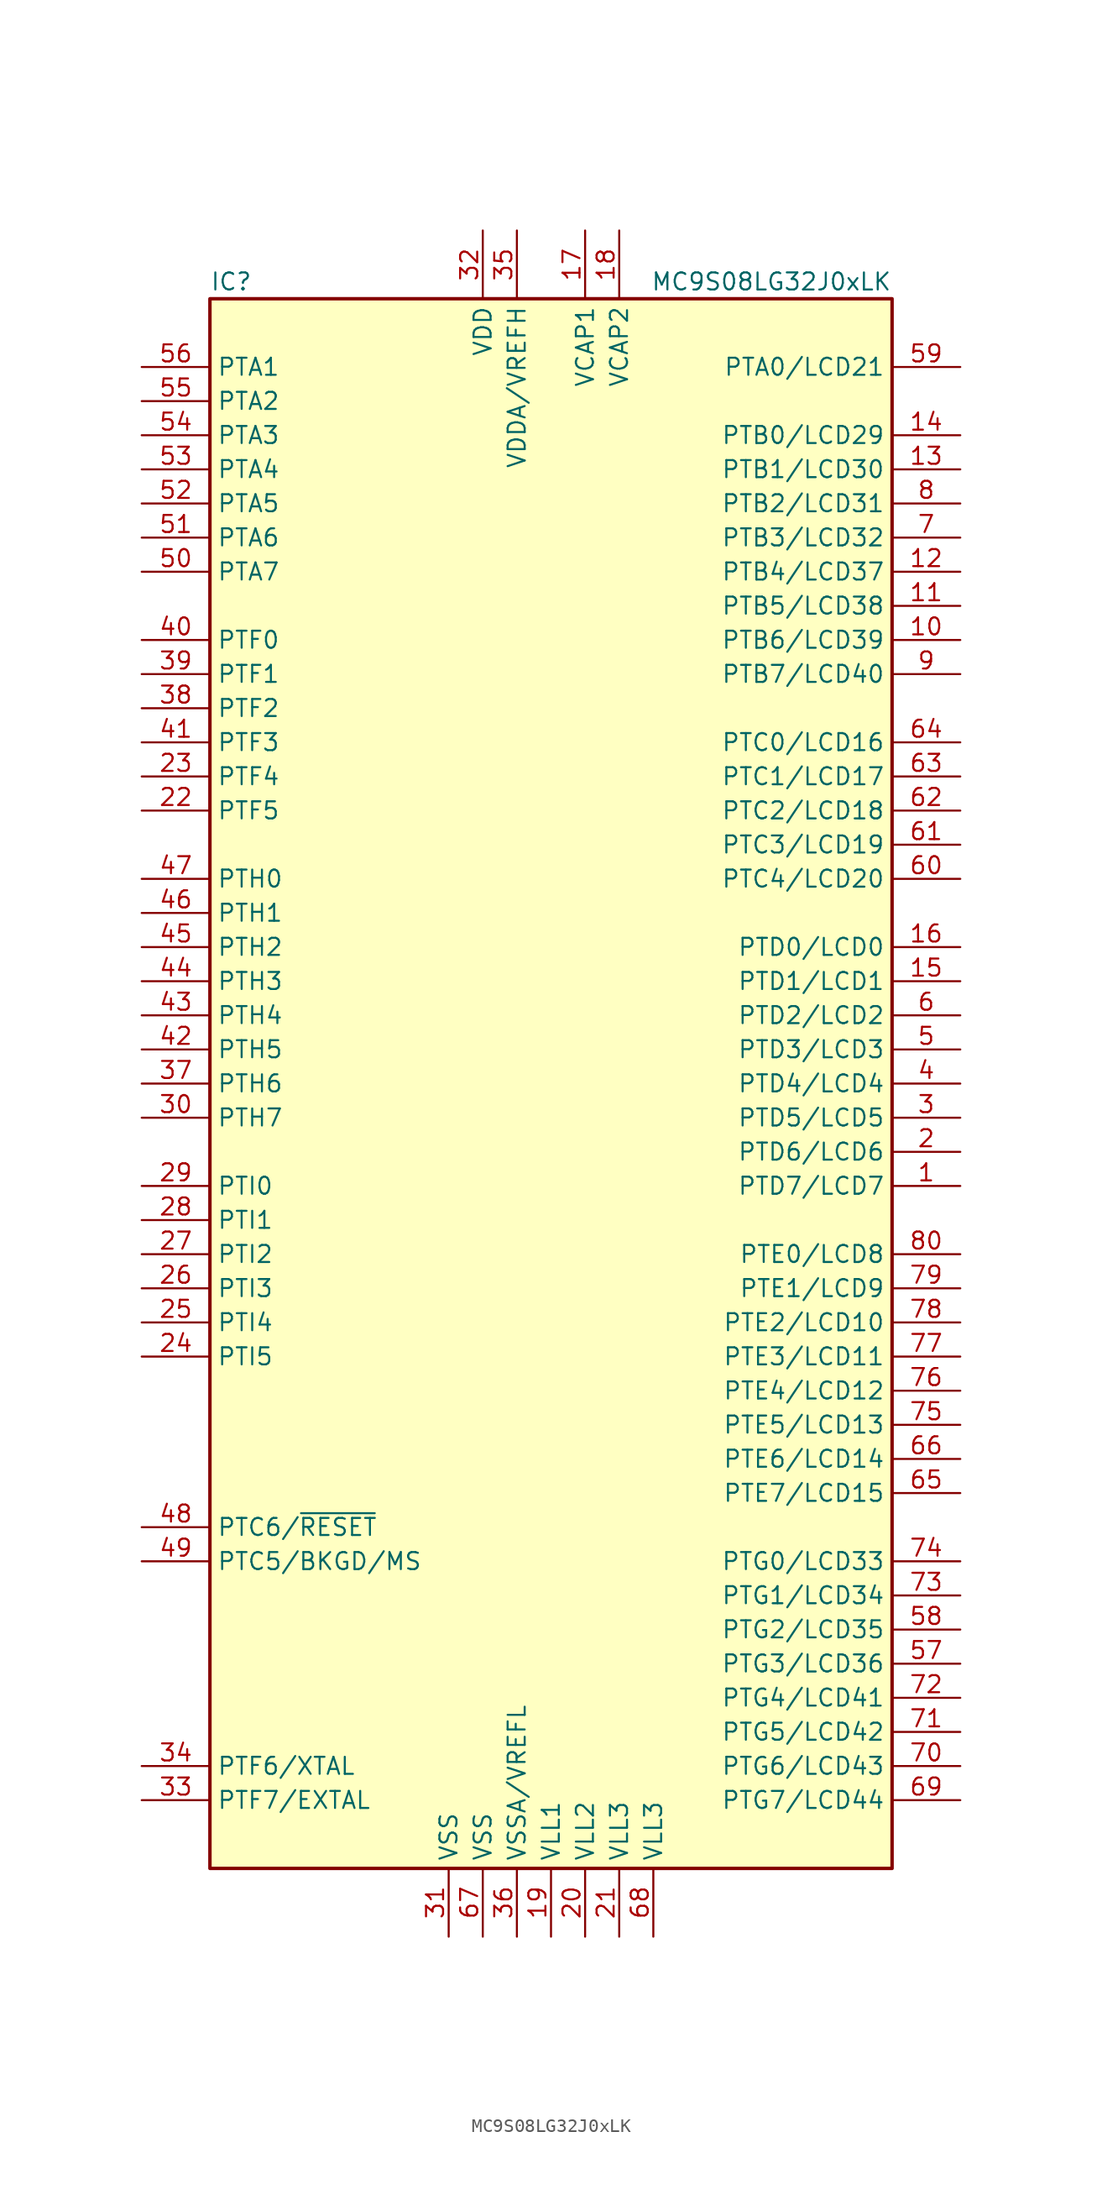
<source format=kicad_sym>
(kicad_symbol_lib
  (version 20211014)
  (generator kicad_symbol_editor)
  (symbol "MC9S08LG32J0xLK"
    (property "Reference" "IC"
      (at -25.4 59.69 0)
      (effects (font (size 1.27 1.27)) (justify left)))
    (property "Value" "MC9S08LG32J0xLK"
      (at 25.4 59.69 0)
      (effects (font (size 1.27 1.27)) (justify right)))
    (symbol "MC9S08LG32J0xLK_0_1"
      (rectangle (start -25.4 58.42) (end 25.4 -58.42) (stroke (width 0.254) (type default) (color 0 0 0 0)) (fill (type background))))
    (symbol "MC9S08LG32J0xLK_1_1"
      (pin bidirectional line (at 30.48 -7.62 180) (length 5.08) (name "PTD7/LCD7" (effects (font (size 1.27 1.27)))) (number "1" (effects (font (size 1.27 1.27)))))
      (pin bidirectional line (at 30.48 33.02 180) (length 5.08) (name "PTB6/LCD39" (effects (font (size 1.27 1.27)))) (number "10" (effects (font (size 1.27 1.27)))))
      (pin bidirectional line (at 30.48 35.56 180) (length 5.08) (name "PTB5/LCD38" (effects (font (size 1.27 1.27)))) (number "11" (effects (font (size 1.27 1.27)))))
      (pin bidirectional line (at 30.48 38.1 180) (length 5.08) (name "PTB4/LCD37" (effects (font (size 1.27 1.27)))) (number "12" (effects (font (size 1.27 1.27)))))
      (pin bidirectional line (at 30.48 45.72 180) (length 5.08) (name "PTB1/LCD30" (effects (font (size 1.27 1.27)))) (number "13" (effects (font (size 1.27 1.27)))))
      (pin bidirectional line (at 30.48 48.26 180) (length 5.08) (name "PTB0/LCD29" (effects (font (size 1.27 1.27)))) (number "14" (effects (font (size 1.27 1.27)))))
      (pin bidirectional line (at 30.48 7.62 180) (length 5.08) (name "PTD1/LCD1" (effects (font (size 1.27 1.27)))) (number "15" (effects (font (size 1.27 1.27)))))
      (pin bidirectional line (at 30.48 10.16 180) (length 5.08) (name "PTD0/LCD0" (effects (font (size 1.27 1.27)))) (number "16" (effects (font (size 1.27 1.27)))))
      (pin power_in line (at 2.54 63.5 270) (length 5.08) (name "VCAP1" (effects (font (size 1.27 1.27)))) (number "17" (effects (font (size 1.27 1.27)))))
      (pin power_in line (at 5.08 63.5 270) (length 5.08) (name "VCAP2" (effects (font (size 1.27 1.27)))) (number "18" (effects (font (size 1.27 1.27)))))
      (pin power_in line (at 0 -63.5 90) (length 5.08) (name "VLL1" (effects (font (size 1.27 1.27)))) (number "19" (effects (font (size 1.27 1.27)))))
      (pin bidirectional line (at 30.48 -5.08 180) (length 5.08) (name "PTD6/LCD6" (effects (font (size 1.27 1.27)))) (number "2" (effects (font (size 1.27 1.27)))))
      (pin power_in line (at 2.54 -63.5 90) (length 5.08) (name "VLL2" (effects (font (size 1.27 1.27)))) (number "20" (effects (font (size 1.27 1.27)))))
      (pin power_in line (at 5.08 -63.5 90) (length 5.08) (name "VLL3" (effects (font (size 1.27 1.27)))) (number "21" (effects (font (size 1.27 1.27)))))
      (pin bidirectional line (at -30.48 20.32 0) (length 5.08) (name "PTF5" (effects (font (size 1.27 1.27)))) (number "22" (effects (font (size 1.27 1.27)))))
      (pin bidirectional line (at -30.48 22.86 0) (length 5.08) (name "PTF4" (effects (font (size 1.27 1.27)))) (number "23" (effects (font (size 1.27 1.27)))))
      (pin bidirectional line (at -30.48 -20.32 0) (length 5.08) (name "PTI5" (effects (font (size 1.27 1.27)))) (number "24" (effects (font (size 1.27 1.27)))))
      (pin bidirectional line (at -30.48 -17.78 0) (length 5.08) (name "PTI4" (effects (font (size 1.27 1.27)))) (number "25" (effects (font (size 1.27 1.27)))))
      (pin bidirectional line (at -30.48 -15.24 0) (length 5.08) (name "PTI3" (effects (font (size 1.27 1.27)))) (number "26" (effects (font (size 1.27 1.27)))))
      (pin bidirectional line (at -30.48 -12.7 0) (length 5.08) (name "PTI2" (effects (font (size 1.27 1.27)))) (number "27" (effects (font (size 1.27 1.27)))))
      (pin bidirectional line (at -30.48 -10.16 0) (length 5.08) (name "PTI1" (effects (font (size 1.27 1.27)))) (number "28" (effects (font (size 1.27 1.27)))))
      (pin bidirectional line (at -30.48 -7.62 0) (length 5.08) (name "PTI0" (effects (font (size 1.27 1.27)))) (number "29" (effects (font (size 1.27 1.27)))))
      (pin bidirectional line (at 30.48 -2.54 180) (length 5.08) (name "PTD5/LCD5" (effects (font (size 1.27 1.27)))) (number "3" (effects (font (size 1.27 1.27)))))
      (pin bidirectional line (at -30.48 -2.54 0) (length 5.08) (name "PTH7" (effects (font (size 1.27 1.27)))) (number "30" (effects (font (size 1.27 1.27)))))
      (pin power_in line (at -7.62 -63.5 90) (length 5.08) (name "VSS" (effects (font (size 1.27 1.27)))) (number "31" (effects (font (size 1.27 1.27)))))
      (pin power_in line (at -5.08 63.5 270) (length 5.08) (name "VDD" (effects (font (size 1.27 1.27)))) (number "32" (effects (font (size 1.27 1.27)))))
      (pin bidirectional line (at -30.48 -53.34 0) (length 5.08) (name "PTF7/EXTAL" (effects (font (size 1.27 1.27)))) (number "33" (effects (font (size 1.27 1.27)))))
      (pin bidirectional line (at -30.48 -50.8 0) (length 5.08) (name "PTF6/XTAL" (effects (font (size 1.27 1.27)))) (number "34" (effects (font (size 1.27 1.27)))))
      (pin power_in line (at -2.54 63.5 270) (length 5.08) (name "VDDA/VREFH" (effects (font (size 1.27 1.27)))) (number "35" (effects (font (size 1.27 1.27)))))
      (pin power_in line (at -2.54 -63.5 90) (length 5.08) (name "VSSA/VREFL" (effects (font (size 1.27 1.27)))) (number "36" (effects (font (size 1.27 1.27)))))
      (pin bidirectional line (at -30.48 0 0) (length 5.08) (name "PTH6" (effects (font (size 1.27 1.27)))) (number "37" (effects (font (size 1.27 1.27)))))
      (pin bidirectional line (at -30.48 27.94 0) (length 5.08) (name "PTF2" (effects (font (size 1.27 1.27)))) (number "38" (effects (font (size 1.27 1.27)))))
      (pin bidirectional line (at -30.48 30.48 0) (length 5.08) (name "PTF1" (effects (font (size 1.27 1.27)))) (number "39" (effects (font (size 1.27 1.27)))))
      (pin bidirectional line (at 30.48 0 180) (length 5.08) (name "PTD4/LCD4" (effects (font (size 1.27 1.27)))) (number "4" (effects (font (size 1.27 1.27)))))
      (pin bidirectional line (at -30.48 33.02 0) (length 5.08) (name "PTF0" (effects (font (size 1.27 1.27)))) (number "40" (effects (font (size 1.27 1.27)))))
      (pin bidirectional line (at -30.48 25.4 0) (length 5.08) (name "PTF3" (effects (font (size 1.27 1.27)))) (number "41" (effects (font (size 1.27 1.27)))))
      (pin bidirectional line (at -30.48 2.54 0) (length 5.08) (name "PTH5" (effects (font (size 1.27 1.27)))) (number "42" (effects (font (size 1.27 1.27)))))
      (pin bidirectional line (at -30.48 5.08 0) (length 5.08) (name "PTH4" (effects (font (size 1.27 1.27)))) (number "43" (effects (font (size 1.27 1.27)))))
      (pin bidirectional line (at -30.48 7.62 0) (length 5.08) (name "PTH3" (effects (font (size 1.27 1.27)))) (number "44" (effects (font (size 1.27 1.27)))))
      (pin bidirectional line (at -30.48 10.16 0) (length 5.08) (name "PTH2" (effects (font (size 1.27 1.27)))) (number "45" (effects (font (size 1.27 1.27)))))
      (pin bidirectional line (at -30.48 12.7 0) (length 5.08) (name "PTH1" (effects (font (size 1.27 1.27)))) (number "46" (effects (font (size 1.27 1.27)))))
      (pin bidirectional line (at -30.48 15.24 0) (length 5.08) (name "PTH0" (effects (font (size 1.27 1.27)))) (number "47" (effects (font (size 1.27 1.27)))))
      (pin bidirectional line (at -30.48 -33.02 0) (length 5.08) (name "PTC6/~{RESET}" (effects (font (size 1.27 1.27)))) (number "48" (effects (font (size 1.27 1.27)))))
      (pin bidirectional line (at -30.48 -35.56 0) (length 5.08) (name "PTC5/BKGD/MS" (effects (font (size 1.27 1.27)))) (number "49" (effects (font (size 1.27 1.27)))))
      (pin bidirectional line (at 30.48 2.54 180) (length 5.08) (name "PTD3/LCD3" (effects (font (size 1.27 1.27)))) (number "5" (effects (font (size 1.27 1.27)))))
      (pin bidirectional line (at -30.48 38.1 0) (length 5.08) (name "PTA7" (effects (font (size 1.27 1.27)))) (number "50" (effects (font (size 1.27 1.27)))))
      (pin bidirectional line (at -30.48 40.64 0) (length 5.08) (name "PTA6" (effects (font (size 1.27 1.27)))) (number "51" (effects (font (size 1.27 1.27)))))
      (pin bidirectional line (at -30.48 43.18 0) (length 5.08) (name "PTA5" (effects (font (size 1.27 1.27)))) (number "52" (effects (font (size 1.27 1.27)))))
      (pin bidirectional line (at -30.48 45.72 0) (length 5.08) (name "PTA4" (effects (font (size 1.27 1.27)))) (number "53" (effects (font (size 1.27 1.27)))))
      (pin bidirectional line (at -30.48 48.26 0) (length 5.08) (name "PTA3" (effects (font (size 1.27 1.27)))) (number "54" (effects (font (size 1.27 1.27)))))
      (pin bidirectional line (at -30.48 50.8 0) (length 5.08) (name "PTA2" (effects (font (size 1.27 1.27)))) (number "55" (effects (font (size 1.27 1.27)))))
      (pin bidirectional line (at -30.48 53.34 0) (length 5.08) (name "PTA1" (effects (font (size 1.27 1.27)))) (number "56" (effects (font (size 1.27 1.27)))))
      (pin bidirectional line (at 30.48 -43.18 180) (length 5.08) (name "PTG3/LCD36" (effects (font (size 1.27 1.27)))) (number "57" (effects (font (size 1.27 1.27)))))
      (pin bidirectional line (at 30.48 -40.64 180) (length 5.08) (name "PTG2/LCD35" (effects (font (size 1.27 1.27)))) (number "58" (effects (font (size 1.27 1.27)))))
      (pin bidirectional line (at 30.48 53.34 180) (length 5.08) (name "PTA0/LCD21" (effects (font (size 1.27 1.27)))) (number "59" (effects (font (size 1.27 1.27)))))
      (pin bidirectional line (at 30.48 5.08 180) (length 5.08) (name "PTD2/LCD2" (effects (font (size 1.27 1.27)))) (number "6" (effects (font (size 1.27 1.27)))))
      (pin bidirectional line (at 30.48 15.24 180) (length 5.08) (name "PTC4/LCD20" (effects (font (size 1.27 1.27)))) (number "60" (effects (font (size 1.27 1.27)))))
      (pin bidirectional line (at 30.48 17.78 180) (length 5.08) (name "PTC3/LCD19" (effects (font (size 1.27 1.27)))) (number "61" (effects (font (size 1.27 1.27)))))
      (pin bidirectional line (at 30.48 20.32 180) (length 5.08) (name "PTC2/LCD18" (effects (font (size 1.27 1.27)))) (number "62" (effects (font (size 1.27 1.27)))))
      (pin bidirectional line (at 30.48 22.86 180) (length 5.08) (name "PTC1/LCD17" (effects (font (size 1.27 1.27)))) (number "63" (effects (font (size 1.27 1.27)))))
      (pin bidirectional line (at 30.48 25.4 180) (length 5.08) (name "PTC0/LCD16" (effects (font (size 1.27 1.27)))) (number "64" (effects (font (size 1.27 1.27)))))
      (pin bidirectional line (at 30.48 -30.48 180) (length 5.08) (name "PTE7/LCD15" (effects (font (size 1.27 1.27)))) (number "65" (effects (font (size 1.27 1.27)))))
      (pin bidirectional line (at 30.48 -27.94 180) (length 5.08) (name "PTE6/LCD14" (effects (font (size 1.27 1.27)))) (number "66" (effects (font (size 1.27 1.27)))))
      (pin power_in line (at -5.08 -63.5 90) (length 5.08) (name "VSS" (effects (font (size 1.27 1.27)))) (number "67" (effects (font (size 1.27 1.27)))))
      (pin power_in line (at 7.62 -63.5 90) (length 5.08) (name "VLL3" (effects (font (size 1.27 1.27)))) (number "68" (effects (font (size 1.27 1.27)))))
      (pin bidirectional line (at 30.48 -53.34 180) (length 5.08) (name "PTG7/LCD44" (effects (font (size 1.27 1.27)))) (number "69" (effects (font (size 1.27 1.27)))))
      (pin bidirectional line (at 30.48 40.64 180) (length 5.08) (name "PTB3/LCD32" (effects (font (size 1.27 1.27)))) (number "7" (effects (font (size 1.27 1.27)))))
      (pin bidirectional line (at 30.48 -50.8 180) (length 5.08) (name "PTG6/LCD43" (effects (font (size 1.27 1.27)))) (number "70" (effects (font (size 1.27 1.27)))))
      (pin bidirectional line (at 30.48 -48.26 180) (length 5.08) (name "PTG5/LCD42" (effects (font (size 1.27 1.27)))) (number "71" (effects (font (size 1.27 1.27)))))
      (pin bidirectional line (at 30.48 -45.72 180) (length 5.08) (name "PTG4/LCD41" (effects (font (size 1.27 1.27)))) (number "72" (effects (font (size 1.27 1.27)))))
      (pin bidirectional line (at 30.48 -38.1 180) (length 5.08) (name "PTG1/LCD34" (effects (font (size 1.27 1.27)))) (number "73" (effects (font (size 1.27 1.27)))))
      (pin bidirectional line (at 30.48 -35.56 180) (length 5.08) (name "PTG0/LCD33" (effects (font (size 1.27 1.27)))) (number "74" (effects (font (size 1.27 1.27)))))
      (pin bidirectional line (at 30.48 -25.4 180) (length 5.08) (name "PTE5/LCD13" (effects (font (size 1.27 1.27)))) (number "75" (effects (font (size 1.27 1.27)))))
      (pin bidirectional line (at 30.48 -22.86 180) (length 5.08) (name "PTE4/LCD12" (effects (font (size 1.27 1.27)))) (number "76" (effects (font (size 1.27 1.27)))))
      (pin bidirectional line (at 30.48 -20.32 180) (length 5.08) (name "PTE3/LCD11" (effects (font (size 1.27 1.27)))) (number "77" (effects (font (size 1.27 1.27)))))
      (pin bidirectional line (at 30.48 -17.78 180) (length 5.08) (name "PTE2/LCD10" (effects (font (size 1.27 1.27)))) (number "78" (effects (font (size 1.27 1.27)))))
      (pin bidirectional line (at 30.48 -15.24 180) (length 5.08) (name "PTE1/LCD9" (effects (font (size 1.27 1.27)))) (number "79" (effects (font (size 1.27 1.27)))))
      (pin bidirectional line (at 30.48 43.18 180) (length 5.08) (name "PTB2/LCD31" (effects (font (size 1.27 1.27)))) (number "8" (effects (font (size 1.27 1.27)))))
      (pin bidirectional line (at 30.48 -12.7 180) (length 5.08) (name "PTE0/LCD8" (effects (font (size 1.27 1.27)))) (number "80" (effects (font (size 1.27 1.27)))))
      (pin bidirectional line (at 30.48 30.48 180) (length 5.08) (name "PTB7/LCD40" (effects (font (size 1.27 1.27)))) (number "9" (effects (font (size 1.27 1.27))))))))
</source>
